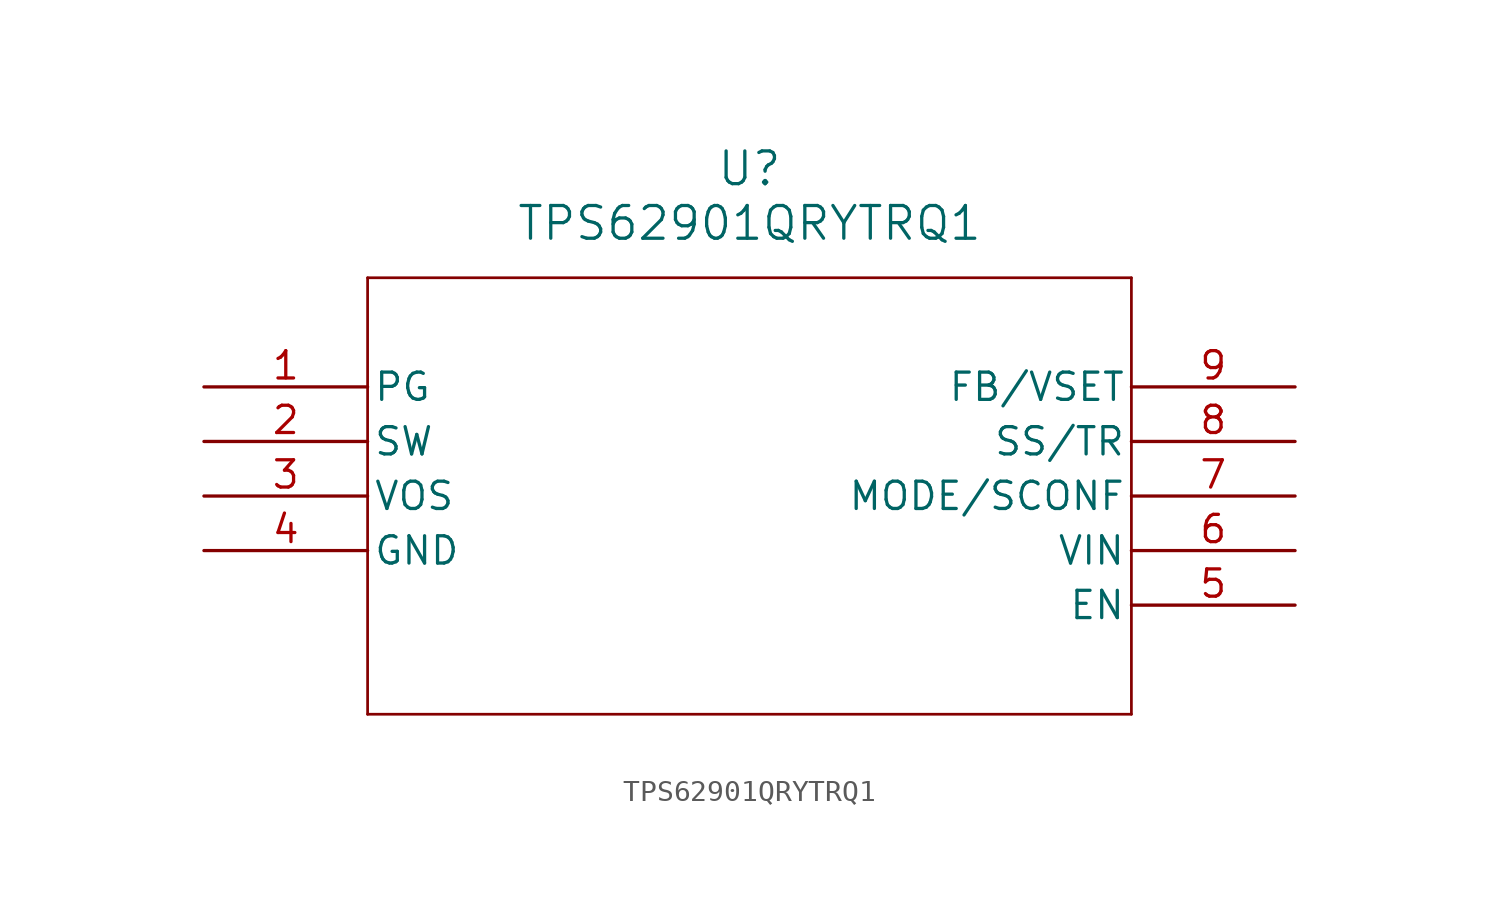
<source format=kicad_sym>
(kicad_symbol_lib
  (version 20211014)
  (generator kicad_symbol_editor)
  (symbol "TPS62901QRYTRQ1"
    (pin_names
      (offset 0.254))
    (property "Reference" "U"
      (at 25.4 10.16 0)
      (effects (font (size 1.524 1.524))))
    (property "Value" "TPS62901QRYTRQ1"
      (at 25.4 7.62 0)
      (effects (font (size 1.524 1.524))))
    (symbol "TPS62901QRYTRQ1_0_1"
      (polyline (pts (xy 7.62 5.08) (xy 7.62 -15.24)) (stroke (width 0.127) (type default) (color 0 0 0 0)) (fill (type none)))
      (polyline (pts (xy 7.62 -15.24) (xy 43.18 -15.24)) (stroke (width 0.127) (type default) (color 0 0 0 0)) (fill (type none)))
      (polyline (pts (xy 43.18 -15.24) (xy 43.18 5.08)) (stroke (width 0.127) (type default) (color 0 0 0 0)) (fill (type none)))
      (polyline (pts (xy 43.18 5.08) (xy 7.62 5.08)) (stroke (width 0.127) (type default) (color 0 0 0 0)) (fill (type none)))
      (pin output line (at 0 0 0) (length 7.62) (name "PG" (effects (font (size 1.27 1.27)))) (number "1" (effects (font (size 1.27 1.27)))))
      (pin power_out line (at 0 -2.54 0) (length 7.62) (name "SW" (effects (font (size 1.27 1.27)))) (number "2" (effects (font (size 1.27 1.27)))))
      (pin input line (at 0 -5.08 0) (length 7.62) (name "VOS" (effects (font (size 1.27 1.27)))) (number "3" (effects (font (size 1.27 1.27)))))
      (pin power_out line (at 0 -7.62 0) (length 7.62) (name "GND" (effects (font (size 1.27 1.27)))) (number "4" (effects (font (size 1.27 1.27)))))
      (pin input line (at 50.8 -10.16 180) (length 7.62) (name "EN" (effects (font (size 1.27 1.27)))) (number "5" (effects (font (size 1.27 1.27)))))
      (pin input line (at 50.8 -7.62 180) (length 7.62) (name "VIN" (effects (font (size 1.27 1.27)))) (number "6" (effects (font (size 1.27 1.27)))))
      (pin input line (at 50.8 -5.08 180) (length 7.62) (name "MODE/SCONF" (effects (font (size 1.27 1.27)))) (number "7" (effects (font (size 1.27 1.27)))))
      (pin input line (at 50.8 -2.54 180) (length 7.62) (name "SS/TR" (effects (font (size 1.27 1.27)))) (number "8" (effects (font (size 1.27 1.27)))))
      (pin input line (at 50.8 0 180) (length 7.62) (name "FB/VSET" (effects (font (size 1.27 1.27)))) (number "9" (effects (font (size 1.27 1.27))))))))
</source>
